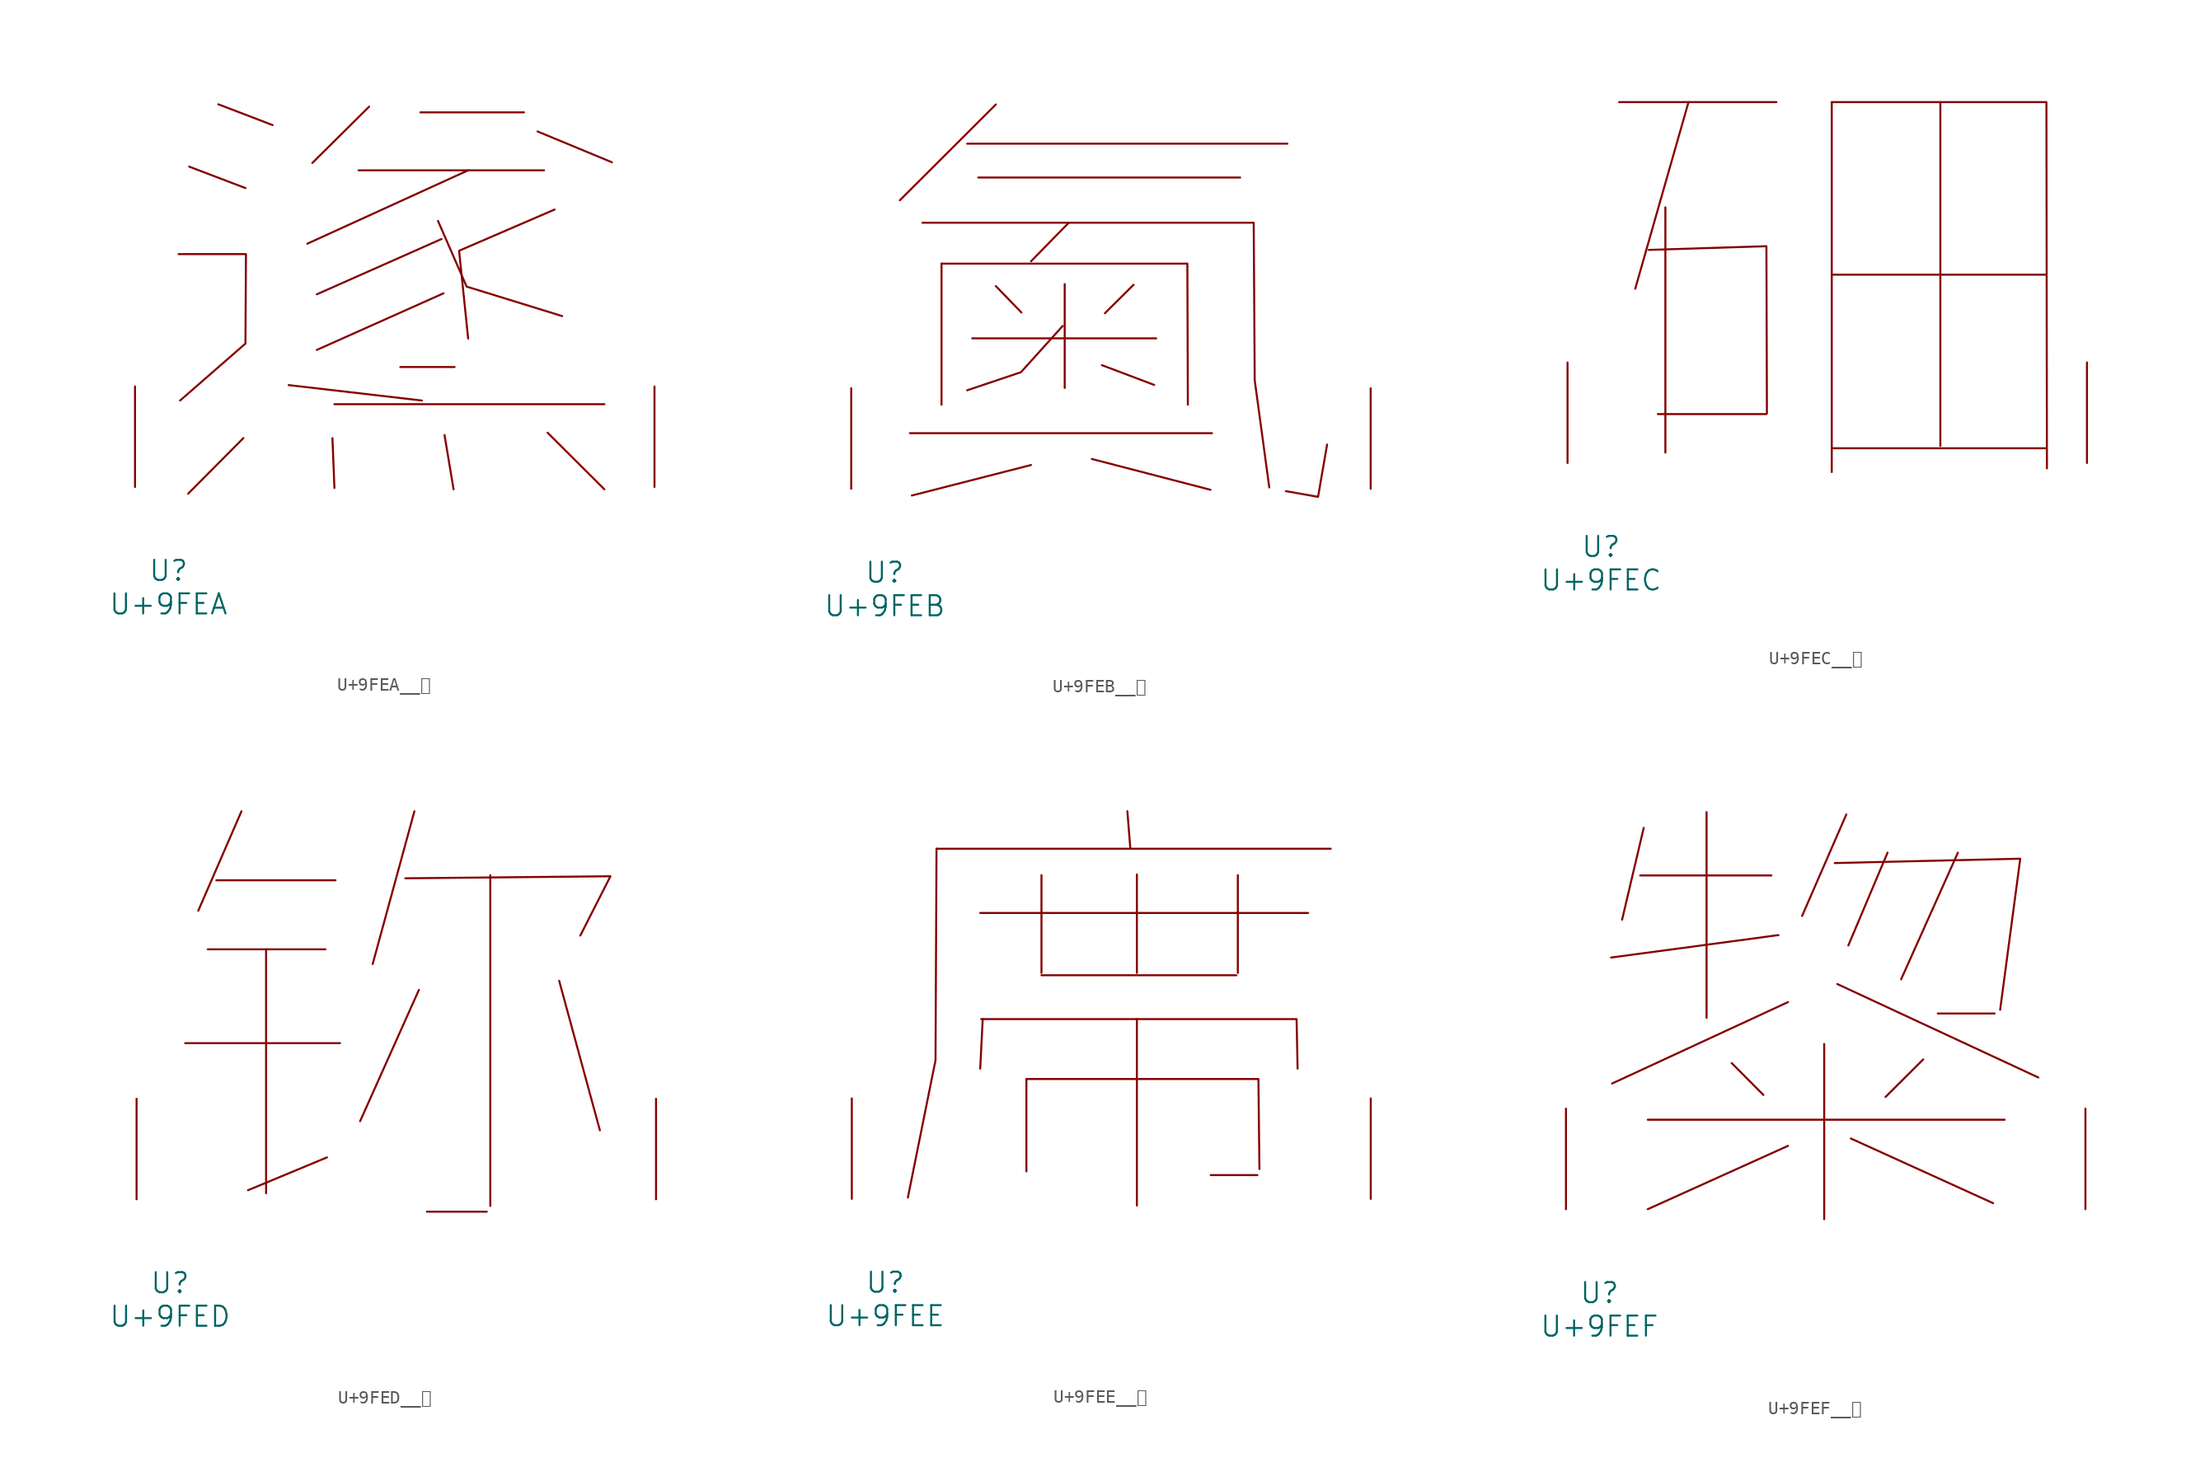
<source format=kicad_sym>
(kicad_symbol_lib
  (version 20231120)
  (generator "kicad_symbol_editor")
  (generator_version "8.0")
  (symbol "U+9FEA__鿪"
    (pin_names
      (offset 1.016))
    (property "Reference" "U"
      (at 0 -6.35 0)
      (effects (font (size 1.524 1.524))))
    (property "Value" "U+9FEA"
      (at 0 -8.89 0)
      (effects (font (size 1.524 1.524))))
    (symbol "U+9FEA__鿪_0_1"
      (polyline (pts (xy 1.562 24.282) (xy 5.829 22.657)) (stroke (width 0) (type solid)) (fill (type none)))
      (polyline (pts (xy 3.772 29.007) (xy 7.887 27.432)) (stroke (width 0) (type solid)) (fill (type none)))
      (polyline (pts (xy 5.677 3.708) (xy 1.486 -0.508)) (stroke (width 0) (type solid)) (fill (type none)))
      (polyline (pts (xy 9.106 7.722) (xy 19.202 6.553)) (stroke (width 0) (type solid)) (fill (type none)))
      (polyline (pts (xy 12.421 3.708) (xy 12.573 -0.076)) (stroke (width 0) (type solid)) (fill (type none)))
      (polyline (pts (xy 12.573 6.274) (xy 33.033 6.274)) (stroke (width 0) (type solid)) (fill (type none)))
      (polyline (pts (xy 14.402 24.003) (xy 28.461 24.003)) (stroke (width 0) (type solid)) (fill (type none)))
      (polyline (pts (xy 15.202 28.829) (xy 10.897 24.562)) (stroke (width 0) (type solid)) (fill (type none)))
      (polyline (pts (xy 19.088 28.397) (xy 26.937 28.397)) (stroke (width 0) (type solid)) (fill (type none)))
      (polyline (pts (xy 20.688 18.796) (xy 11.239 14.605)) (stroke (width 0) (type solid)) (fill (type none)))
      (polyline (pts (xy 20.841 14.681) (xy 11.239 10.389)) (stroke (width 0) (type solid)) (fill (type none)))
      (polyline (pts (xy 20.917 3.937) (xy 21.603 -0.178)) (stroke (width 0) (type solid)) (fill (type none)))
      (polyline (pts (xy 21.679 9.093) (xy 17.564 9.093)) (stroke (width 0) (type solid)) (fill (type none)))
      (polyline (pts (xy 22.708 24.003) (xy 10.516 18.44)) (stroke (width 0) (type solid)) (fill (type none)))
      (polyline (pts (xy 27.965 26.949) (xy 33.604 24.613)) (stroke (width 0) (type solid)) (fill (type none)))
      (polyline (pts (xy 28.727 4.115) (xy 33.033 -0.178)) (stroke (width 0) (type solid)) (fill (type none)))
      (polyline (pts (xy 20.422 20.168) (xy 22.593 15.189) (xy 29.832 12.954)) (stroke (width 0) (type solid)) (fill (type none)))
      (polyline (pts (xy 29.261 21.031) (xy 22.022 17.907) (xy 22.708 11.252)) (stroke (width 0) (type solid)) (fill (type none)))
      (polyline (pts (xy 0.762 17.653) (xy 5.867 17.653) (xy 5.829 10.871) (xy 0.876 6.553)) (stroke (width 0) (type solid)) (fill (type none)))
      (pin input line (at -2.54 0 90) (length 7.62) (name "~" (effects (font (size 1.27 1.27)))) (number "~" (effects (font (size 1.27 1.27)))))
      (pin input line (at 36.83 0 90) (length 7.62) (name "~" (effects (font (size 1.27 1.27)))) (number "~" (effects (font (size 1.27 1.27)))))))
  (symbol "U+9FEB__鿫"
    (pin_names
      (offset 1.016))
    (property "Reference" "U"
      (at 0 -6.35 0)
      (effects (font (size 1.524 1.524))))
    (property "Value" "U+9FEB"
      (at 0 -8.89 0)
      (effects (font (size 1.524 1.524))))
    (symbol "U+9FEB__鿫_0_1"
      (polyline (pts (xy 1.905 4.216) (xy 24.803 4.216)) (stroke (width 0) (type solid)) (fill (type none)))
      (polyline (pts (xy 4.305 17.069) (xy 4.305 6.375)) (stroke (width 0) (type solid)) (fill (type none)))
      (polyline (pts (xy 6.248 26.162) (xy 30.518 26.162)) (stroke (width 0) (type solid)) (fill (type none)))
      (polyline (pts (xy 6.629 11.405) (xy 20.574 11.405)) (stroke (width 0) (type solid)) (fill (type none)))
      (polyline (pts (xy 7.087 23.597) (xy 26.937 23.597)) (stroke (width 0) (type solid)) (fill (type none)))
      (polyline (pts (xy 8.42 15.367) (xy 10.363 13.36)) (stroke (width 0) (type solid)) (fill (type none)))
      (polyline (pts (xy 8.42 29.134) (xy 1.143 21.869)) (stroke (width 0) (type solid)) (fill (type none)))
      (polyline (pts (xy 11.087 1.803) (xy 2.057 -0.508)) (stroke (width 0) (type solid)) (fill (type none)))
      (polyline (pts (xy 13.64 15.519) (xy 13.64 7.645)) (stroke (width 0) (type solid)) (fill (type none)))
      (polyline (pts (xy 13.945 20.168) (xy 11.087 17.247)) (stroke (width 0) (type solid)) (fill (type none)))
      (polyline (pts (xy 15.697 2.261) (xy 24.689 -0.076)) (stroke (width 0) (type solid)) (fill (type none)))
      (polyline (pts (xy 16.459 9.373) (xy 20.422 7.874)) (stroke (width 0) (type solid)) (fill (type none)))
      (polyline (pts (xy 18.86 15.469) (xy 16.688 13.31)) (stroke (width 0) (type solid)) (fill (type none)))
      (polyline (pts (xy 4.305 17.069) (xy 22.936 17.069) (xy 22.974 6.375)) (stroke (width 0) (type solid)) (fill (type none)))
      (polyline (pts (xy 13.487 12.344) (xy 10.325 8.839) (xy 6.248 7.468)) (stroke (width 0) (type solid)) (fill (type none)))
      (polyline (pts (xy 33.528 3.353) (xy 32.842 -0.61) (xy 30.404 -0.178)) (stroke (width 0) (type solid)) (fill (type none)))
      (polyline (pts (xy 2.857 20.168) (xy 27.965 20.168) (xy 28.042 8.23) (xy 29.146 0.102)) (stroke (width 0) (type solid)) (fill (type none)))
      (pin input line (at -2.54 0 90) (length 7.62) (name "~" (effects (font (size 1.27 1.27)))) (number "~" (effects (font (size 1.27 1.27)))))
      (pin input line (at 36.83 0 90) (length 7.62) (name "~" (effects (font (size 1.27 1.27)))) (number "~" (effects (font (size 1.27 1.27)))))))
  (symbol "U+9FEC__鿬"
    (pin_names
      (offset 1.016))
    (property "Reference" "U"
      (at 0 -6.35 0)
      (effects (font (size 1.524 1.524))))
    (property "Value" "U+9FEC"
      (at 0 -8.89 0)
      (effects (font (size 1.524 1.524))))
    (symbol "U+9FEC__鿬_0_1"
      (polyline (pts (xy 1.372 27.356) (xy 13.297 27.356)) (stroke (width 0) (type solid)) (fill (type none)))
      (polyline (pts (xy 4.305 3.708) (xy 12.535 3.708)) (stroke (width 0) (type solid)) (fill (type none)))
      (polyline (pts (xy 4.877 19.38) (xy 4.877 0.787)) (stroke (width 0) (type solid)) (fill (type none)))
      (polyline (pts (xy 6.629 27.356) (xy 2.591 13.208)) (stroke (width 0) (type solid)) (fill (type none)))
      (polyline (pts (xy 17.488 1.118) (xy 33.718 1.118)) (stroke (width 0) (type solid)) (fill (type none)))
      (polyline (pts (xy 17.488 14.275) (xy 33.718 14.275)) (stroke (width 0) (type solid)) (fill (type none)))
      (polyline (pts (xy 17.488 27.356) (xy 17.488 -0.686)) (stroke (width 0) (type solid)) (fill (type none)))
      (polyline (pts (xy 25.718 27.356) (xy 25.718 1.295)) (stroke (width 0) (type solid)) (fill (type none)))
      (polyline (pts (xy 3.619 16.154) (xy 12.535 16.434) (xy 12.573 3.759)) (stroke (width 0) (type solid)) (fill (type none)))
      (polyline (pts (xy 17.488 27.356) (xy 33.757 27.356) (xy 33.795 -0.406)) (stroke (width 0) (type solid)) (fill (type none)))
      (pin input line (at -2.54 0 90) (length 7.62) (name "~" (effects (font (size 1.27 1.27)))) (number "~" (effects (font (size 1.27 1.27)))))
      (pin input line (at 36.83 0 90) (length 7.62) (name "~" (effects (font (size 1.27 1.27)))) (number "~" (effects (font (size 1.27 1.27)))))))
  (symbol "U+9FED__鿭"
    (pin_names
      (offset 1.016))
    (property "Reference" "U"
      (at 0 -6.35 0)
      (effects (font (size 1.524 1.524))))
    (property "Value" "U+9FED"
      (at 0 -8.89 0)
      (effects (font (size 1.524 1.524))))
    (symbol "U+9FED__鿭_0_1"
      (polyline (pts (xy 1.143 11.836) (xy 12.878 11.836)) (stroke (width 0) (type solid)) (fill (type none)))
      (polyline (pts (xy 2.857 18.948) (xy 11.773 18.948)) (stroke (width 0) (type solid)) (fill (type none)))
      (polyline (pts (xy 3.505 24.181) (xy 12.535 24.181)) (stroke (width 0) (type solid)) (fill (type none)))
      (polyline (pts (xy 5.41 29.413) (xy 2.134 21.869)) (stroke (width 0) (type solid)) (fill (type none)))
      (polyline (pts (xy 7.277 18.948) (xy 7.277 0.457)) (stroke (width 0) (type solid)) (fill (type none)))
      (polyline (pts (xy 11.887 3.175) (xy 5.905 0.686)) (stroke (width 0) (type solid)) (fill (type none)))
      (polyline (pts (xy 18.517 29.413) (xy 15.354 17.831)) (stroke (width 0) (type solid)) (fill (type none)))
      (polyline (pts (xy 18.86 15.875) (xy 14.402 5.918)) (stroke (width 0) (type solid)) (fill (type none)))
      (polyline (pts (xy 19.469 -0.94) (xy 24.003 -0.94)) (stroke (width 0) (type solid)) (fill (type none)))
      (polyline (pts (xy 24.27 24.562) (xy 24.27 -0.508)) (stroke (width 0) (type solid)) (fill (type none)))
      (polyline (pts (xy 29.489 16.561) (xy 32.575 5.232)) (stroke (width 0) (type solid)) (fill (type none)))
      (polyline (pts (xy 17.831 24.333) (xy 33.376 24.486) (xy 31.09 19.99)) (stroke (width 0) (type solid)) (fill (type none)))
      (pin input line (at -2.54 0 90) (length 7.62) (name "~" (effects (font (size 1.27 1.27)))) (number "~" (effects (font (size 1.27 1.27)))))
      (pin input line (at 36.83 0 90) (length 7.62) (name "~" (effects (font (size 1.27 1.27)))) (number "~" (effects (font (size 1.27 1.27)))))))
  (symbol "U+9FEE__鿮"
    (pin_names
      (offset 1.016))
    (property "Reference" "U"
      (at 0 -6.35 0)
      (effects (font (size 1.524 1.524))))
    (property "Value" "U+9FEE"
      (at 0 -8.89 0)
      (effects (font (size 1.524 1.524))))
    (symbol "U+9FEE__鿮_0_1"
      (polyline (pts (xy 3.886 26.568) (xy 33.795 26.568)) (stroke (width 0) (type solid)) (fill (type none)))
      (polyline (pts (xy 7.201 21.692) (xy 32.08 21.692)) (stroke (width 0) (type solid)) (fill (type none)))
      (polyline (pts (xy 7.391 13.64) (xy 7.201 9.881)) (stroke (width 0) (type solid)) (fill (type none)))
      (polyline (pts (xy 10.706 9.093) (xy 10.706 2.083)) (stroke (width 0) (type solid)) (fill (type none)))
      (polyline (pts (xy 11.849 16.967) (xy 26.632 16.967)) (stroke (width 0) (type solid)) (fill (type none)))
      (polyline (pts (xy 11.849 24.562) (xy 11.849 17.145)) (stroke (width 0) (type solid)) (fill (type none)))
      (polyline (pts (xy 18.364 29.413) (xy 18.593 26.568)) (stroke (width 0) (type solid)) (fill (type none)))
      (polyline (pts (xy 19.088 13.64) (xy 19.088 -0.508)) (stroke (width 0) (type solid)) (fill (type none)))
      (polyline (pts (xy 19.088 24.613) (xy 19.088 17.145)) (stroke (width 0) (type solid)) (fill (type none)))
      (polyline (pts (xy 24.689 1.803) (xy 28.232 1.803)) (stroke (width 0) (type solid)) (fill (type none)))
      (polyline (pts (xy 26.746 24.562) (xy 26.746 17.145)) (stroke (width 0) (type solid)) (fill (type none)))
      (polyline (pts (xy 3.886 26.568) (xy 3.81 10.516) (xy 1.714 0.102)) (stroke (width 0) (type solid)) (fill (type none)))
      (polyline (pts (xy 7.277 13.64) (xy 31.204 13.64) (xy 31.28 9.881)) (stroke (width 0) (type solid)) (fill (type none)))
      (polyline (pts (xy 10.706 9.093) (xy 28.308 9.093) (xy 28.384 2.261)) (stroke (width 0) (type solid)) (fill (type none)))
      (pin input line (at -2.54 0 90) (length 7.62) (name "~" (effects (font (size 1.27 1.27)))) (number "~" (effects (font (size 1.27 1.27)))))
      (pin input line (at 36.83 0 90) (length 7.62) (name "~" (effects (font (size 1.27 1.27)))) (number "~" (effects (font (size 1.27 1.27)))))))
  (symbol "U+9FEF__鿯"
    (pin_names
      (offset 1.016))
    (property "Reference" "U"
      (at 0 -6.35 0)
      (effects (font (size 1.524 1.524))))
    (property "Value" "U+9FEF"
      (at 0 -8.89 0)
      (effects (font (size 1.524 1.524))))
    (symbol "U+9FEF__鿯_0_1"
      (polyline (pts (xy 3.086 25.298) (xy 13.03 25.298)) (stroke (width 0) (type solid)) (fill (type none)))
      (polyline (pts (xy 3.353 28.905) (xy 1.714 21.946)) (stroke (width 0) (type solid)) (fill (type none)))
      (polyline (pts (xy 3.658 6.782) (xy 30.709 6.782)) (stroke (width 0) (type solid)) (fill (type none)))
      (polyline (pts (xy 8.115 30.099) (xy 8.115 14.503)) (stroke (width 0) (type solid)) (fill (type none)))
      (polyline (pts (xy 10.02 11.074) (xy 12.421 8.661)) (stroke (width 0) (type solid)) (fill (type none)))
      (polyline (pts (xy 13.564 20.777) (xy 0.876 19.075)) (stroke (width 0) (type solid)) (fill (type none)))
      (polyline (pts (xy 14.287 4.801) (xy 3.658 0)) (stroke (width 0) (type solid)) (fill (type none)))
      (polyline (pts (xy 14.287 15.697) (xy 0.953 9.525)) (stroke (width 0) (type solid)) (fill (type none)))
      (polyline (pts (xy 17.031 12.522) (xy 17.031 -0.762)) (stroke (width 0) (type solid)) (fill (type none)))
      (polyline (pts (xy 18.021 17.069) (xy 33.261 9.982)) (stroke (width 0) (type solid)) (fill (type none)))
      (polyline (pts (xy 18.707 29.921) (xy 15.354 22.225)) (stroke (width 0) (type solid)) (fill (type none)))
      (polyline (pts (xy 19.05 5.359) (xy 29.832 0.457)) (stroke (width 0) (type solid)) (fill (type none)))
      (polyline (pts (xy 21.831 27.026) (xy 18.86 19.99)) (stroke (width 0) (type solid)) (fill (type none)))
      (polyline (pts (xy 24.536 11.354) (xy 21.679 8.509)) (stroke (width 0) (type solid)) (fill (type none)))
      (polyline (pts (xy 25.641 14.834) (xy 29.947 14.834)) (stroke (width 0) (type solid)) (fill (type none)))
      (polyline (pts (xy 27.165 27.026) (xy 22.86 17.424)) (stroke (width 0) (type solid)) (fill (type none)))
      (polyline (pts (xy 17.831 26.238) (xy 31.89 26.568) (xy 30.366 15.113)) (stroke (width 0) (type solid)) (fill (type none)))
      (pin input line (at -2.54 0 90) (length 7.62) (name "~" (effects (font (size 1.27 1.27)))) (number "~" (effects (font (size 1.27 1.27)))))
      (pin input line (at 36.83 0 90) (length 7.62) (name "~" (effects (font (size 1.27 1.27)))) (number "~" (effects (font (size 1.27 1.27))))))))
</source>
